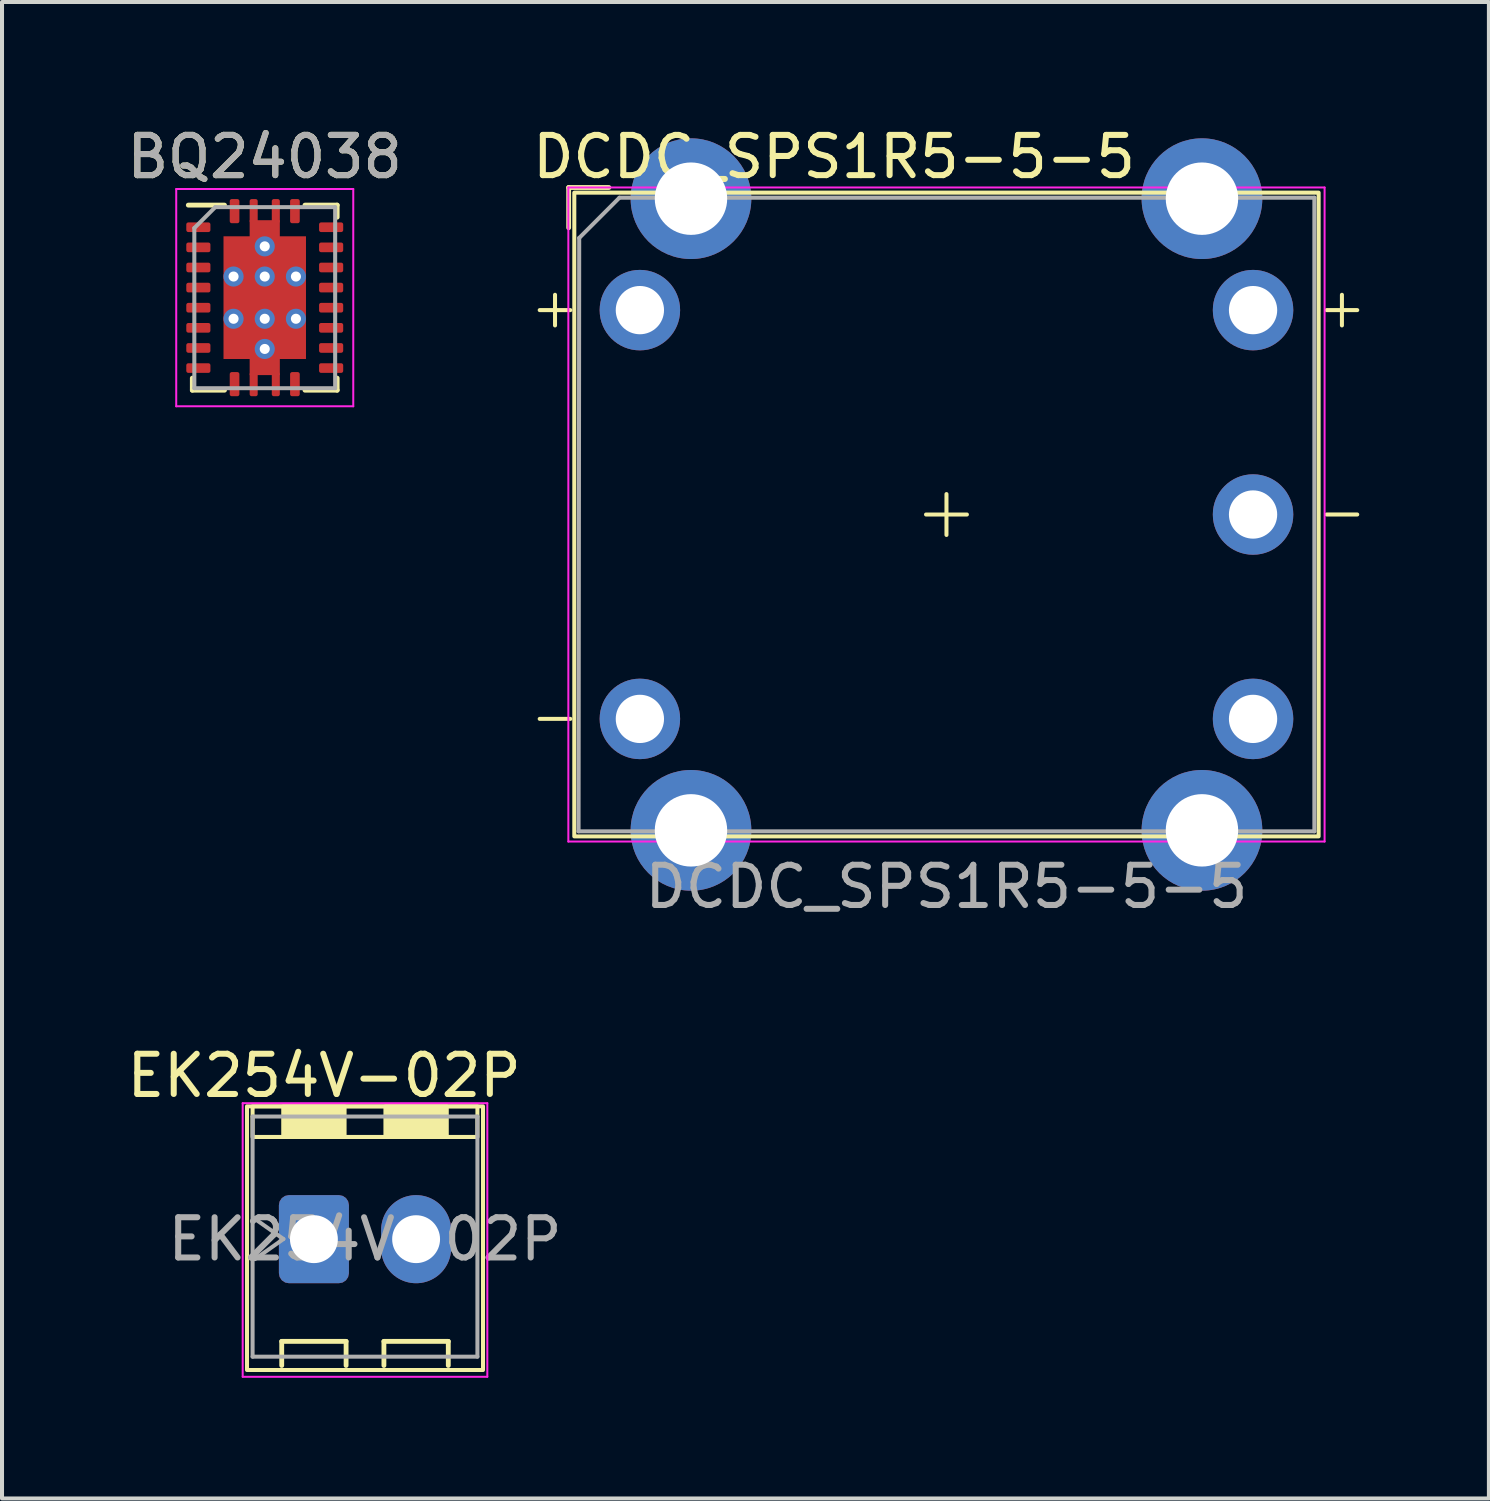
<source format=kicad_pcb>
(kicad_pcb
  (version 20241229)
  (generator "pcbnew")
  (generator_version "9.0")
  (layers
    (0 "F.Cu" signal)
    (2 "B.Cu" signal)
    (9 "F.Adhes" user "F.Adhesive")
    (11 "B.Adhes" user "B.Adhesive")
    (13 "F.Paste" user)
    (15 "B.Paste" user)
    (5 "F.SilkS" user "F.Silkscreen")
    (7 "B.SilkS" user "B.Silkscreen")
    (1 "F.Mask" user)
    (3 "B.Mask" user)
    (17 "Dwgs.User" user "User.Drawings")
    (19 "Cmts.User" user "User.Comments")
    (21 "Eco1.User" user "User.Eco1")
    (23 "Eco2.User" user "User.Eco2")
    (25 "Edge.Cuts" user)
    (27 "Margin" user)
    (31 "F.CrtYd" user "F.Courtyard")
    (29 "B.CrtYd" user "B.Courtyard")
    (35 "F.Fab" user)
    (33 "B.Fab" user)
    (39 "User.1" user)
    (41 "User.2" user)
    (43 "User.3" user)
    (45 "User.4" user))
  (footprint "BQ24038"
    (layer "F.Cu")
    (at 3.53 4.348)
    (property "Reference" "BQ24038" (at 0 -3.5 0) (layer "F.SilkS") (effects (font (size 1 1) (thickness 0.15))))
    (attr smd)
    (fp_line (start -1.9 -2.3) (end -1 -2.3) (stroke (width 0.12) (type solid)) (layer "F.SilkS"))
    (fp_line (start -1.8 2) (end -1.8 2.3) (stroke (width 0.12) (type solid)) (layer "F.SilkS"))
    (fp_line (start -1.8 2.3) (end -1 2.3) (stroke (width 0.12) (type solid)) (layer "F.SilkS"))
    (fp_line (start 1 -2.3) (end 1.8 -2.3) (stroke (width 0.12) (type solid)) (layer "F.SilkS"))
    (fp_line (start 1 2.3) (end 1.8 2.3) (stroke (width 0.12) (type solid)) (layer "F.SilkS"))
    (fp_line (start 1.8 -2.3) (end 1.8 -2) (stroke (width 0.12) (type solid)) (layer "F.SilkS"))
    (fp_line (start 1.8 2) (end 1.8 2.3) (stroke (width 0.12) (type solid)) (layer "F.SilkS"))
    (fp_line (start -2.2 -2.7) (end -2.2 2.7) (stroke (width 0.05) (type solid)) (layer "F.CrtYd"))
    (fp_line (start -2.2 -2.7) (end 2.2 -2.7) (stroke (width 0.05) (type solid)) (layer "F.CrtYd"))
    (fp_line (start -2.2 2.7) (end 2.2 2.7) (stroke (width 0.05) (type solid)) (layer "F.CrtYd"))
    (fp_line (start 2.2 -2.7) (end 2.2 2.7) (stroke (width 0.05) (type solid)) (layer "F.CrtYd"))
    (fp_line (start -1.75 -1.73) (end -1.75 2.25) (stroke (width 0.1) (type solid)) (layer "F.Fab"))
    (fp_line (start -1.75 -1.73) (end -1.23 -2.25) (stroke (width 0.1) (type solid)) (layer "F.Fab"))
    (fp_line (start -1.75 2.25) (end 1.75 2.25) (stroke (width 0.1) (type solid)) (layer "F.Fab"))
    (fp_line (start -1.23 -2.25) (end 1.75 -2.25) (stroke (width 0.1) (type solid)) (layer "F.Fab"))
    (fp_line (start 1.75 -2.25) (end 1.75 2.25) (stroke (width 0.1) (type solid)) (layer "F.Fab"))
    (fp_text user "${REFERENCE}" (at 0 -3.5 0) (layer "F.Fab") (effects (font (size 1 1) (thickness 0.15))))
    (pad "" smd rect (at -0.56 -1.05) (size 0.92 0.85) (layers "F.Paste"))
    (pad "" smd rect (at -0.56 0) (size 0.92 0.85) (layers "F.Paste"))
    (pad "" smd rect (at -0.56 1.05) (size 0.92 0.85) (layers "F.Paste"))
    (pad "" smd rect (at 0 -1.8) (size 0.75 0.25) (layers "F.Paste"))
    (pad "" smd rect (at 0 1.8) (size 0.75 0.25) (layers "F.Paste"))
    (pad "" smd rect (at 0.56 -1.05) (size 0.92 0.85) (layers "F.Paste"))
    (pad "" smd rect (at 0.56 0) (size 0.92 0.85) (layers "F.Paste"))
    (pad "" smd rect (at 0.56 1.05) (size 0.92 0.85) (layers "F.Paste"))
    (pad "1" smd roundrect (at -0.75 -2.15) (size 0.24 0.6) (layers "F.Cu" "F.Mask" "F.Paste") (roundrect_rratio 0.21))
    (pad "2" smd roundrect (at -1.65 -1.75) (size 0.6 0.24) (layers "F.Cu" "F.Mask" "F.Paste") (roundrect_rratio 0.21))
    (pad "3" smd roundrect (at -1.65 -1.25) (size 0.6 0.24) (layers "F.Cu" "F.Mask" "F.Paste") (roundrect_rratio 0.21))
    (pad "4" smd roundrect (at -1.65 -0.75) (size 0.6 0.24) (layers "F.Cu" "F.Mask" "F.Paste") (roundrect_rratio 0.21))
    (pad "5" smd roundrect (at -1.65 -0.25) (size 0.6 0.24) (layers "F.Cu" "F.Mask" "F.Paste") (roundrect_rratio 0.21))
    (pad "6" smd roundrect (at -1.65 0.25) (size 0.6 0.24) (layers "F.Cu" "F.Mask" "F.Paste") (roundrect_rratio 0.21))
    (pad "7" smd roundrect (at -1.65 0.75) (size 0.6 0.24) (layers "F.Cu" "F.Mask" "F.Paste") (roundrect_rratio 0.21))
    (pad "8" smd roundrect (at -1.65 1.25) (size 0.6 0.24) (layers "F.Cu" "F.Mask" "F.Paste") (roundrect_rratio 0.21))
    (pad "9" smd roundrect (at -1.65 1.75) (size 0.6 0.24) (layers "F.Cu" "F.Mask" "F.Paste") (roundrect_rratio 0.21))
    (pad "10" smd roundrect (at -0.75 2.15) (size 0.24 0.6) (layers "F.Cu" "F.Mask" "F.Paste") (roundrect_rratio 0.21))
    (pad "11" smd roundrect (at 0.75 2.15) (size 0.24 0.6) (layers "F.Cu" "F.Mask" "F.Paste") (roundrect_rratio 0.21))
    (pad "12" smd roundrect (at 1.65 1.75) (size 0.6 0.24) (layers "F.Cu" "F.Mask" "F.Paste") (roundrect_rratio 0.21))
    (pad "13" smd roundrect (at 1.65 1.25) (size 0.6 0.24) (layers "F.Cu" "F.Mask" "F.Paste") (roundrect_rratio 0.21))
    (pad "14" smd roundrect (at 1.65 0.75) (size 0.6 0.24) (layers "F.Cu" "F.Mask" "F.Paste") (roundrect_rratio 0.21))
    (pad "15" smd roundrect (at 1.65 0.25) (size 0.6 0.24) (layers "F.Cu" "F.Mask" "F.Paste") (roundrect_rratio 0.21))
    (pad "16" smd roundrect (at 1.65 -0.25) (size 0.6 0.24) (layers "F.Cu" "F.Mask" "F.Paste") (roundrect_rratio 0.21))
    (pad "17" smd roundrect (at 1.65 -0.75) (size 0.6 0.24) (layers "F.Cu" "F.Mask" "F.Paste") (roundrect_rratio 0.21))
    (pad "18" smd roundrect (at 1.65 -1.25) (size 0.6 0.24) (layers "F.Cu" "F.Mask" "F.Paste") (roundrect_rratio 0.21))
    (pad "19" smd roundrect (at 1.65 -1.75) (size 0.6 0.24) (layers "F.Cu" "F.Mask" "F.Paste") (roundrect_rratio 0.21))
    (pad "20" smd roundrect (at 0.75 -2.15) (size 0.24 0.6) (layers "F.Cu" "F.Mask" "F.Paste") (roundrect_rratio 0.21))
    (pad "21" thru_hole circle (at -0.775 -0.525) (size 0.5 0.5) (drill 0.25) (layers "*.Cu"))
    (pad "21" thru_hole circle (at -0.775 0.525) (size 0.5 0.5) (drill 0.25) (layers "*.Cu"))
    (pad "21" smd roundrect (at -0.275 -2.15) (size 0.2 0.6) (layers "F.Cu" "F.Mask" "F.Paste") (roundrect_rratio 0.25))
    (pad "21" smd roundrect (at -0.275 2.15) (size 0.2 0.6) (layers "F.Cu" "F.Mask" "F.Paste") (roundrect_rratio 0.25))
    (pad "21" thru_hole circle (at 0 -1.275) (size 0.5 0.5) (drill 0.25) (layers "*.Cu"))
    (pad "21" thru_hole circle (at 0 -0.525) (size 0.5 0.5) (drill 0.25) (layers "*.Cu"))
    (pad "21" smd custom (at 0 0) (size 1.524 1.524) (layers "F.Cu" "F.Mask") (options (anchor rect)) (primitives (gr_poly (pts (xy 0.375 -1.525) (xy 1.025 -1.525) (xy 1.025 1.525) (xy 0.375 1.525) (xy 0.375 1.925) (xy -0.375 1.925) (xy -0.375 1.525) (xy -1.025 1.525) (xy -1.025 -1.525) (xy -0.375 -1.525) (xy -0.375 -1.925) (xy 0.375 -1.925)) (width 0) (fill yes))))
    (pad "21" thru_hole circle (at 0 0.525) (size 0.5 0.5) (drill 0.25) (layers "*.Cu"))
    (pad "21" thru_hole circle (at 0 1.275) (size 0.5 0.5) (drill 0.25) (layers "*.Cu"))
    (pad "21" smd roundrect (at 0.275 -2.15) (size 0.2 0.6) (layers "F.Cu" "F.Mask" "F.Paste") (roundrect_rratio 0.25))
    (pad "21" smd roundrect (at 0.275 2.15) (size 0.2 0.6) (layers "F.Cu" "F.Mask" "F.Paste") (roundrect_rratio 0.25))
    (pad "21" thru_hole circle (at 0.775 -0.525) (size 0.5 0.5) (drill 0.25) (layers "*.Cu"))
    (pad "21" thru_hole circle (at 0.775 0.525) (size 0.5 0.5) (drill 0.25) (layers "*.Cu")))
  (footprint "EK254V-02P"
    (layer "F.Cu")
    (at 6.022 27.749)
    (property "Reference" "EK254V-02P" (at -1.016 -4.064 0) (layer "F.SilkS") (effects (font (size 1 1) (thickness 0.15))))
    (attr through_hole)
    (fp_line (start -2.07 2.54) (end -2.07 3.14) (stroke (width 0.12) (type solid)) (layer "F.SilkS"))
    (fp_line (start -0.47 2.54) (end -2.07 2.54) (stroke (width 0.12) (type solid)) (layer "F.SilkS"))
    (fp_line (start -0.47 3.14) (end -0.47 2.54) (stroke (width 0.12) (type solid)) (layer "F.SilkS"))
    (fp_line (start 0.47 2.54) (end 0.47 3.14) (stroke (width 0.12) (type solid)) (layer "F.SilkS"))
    (fp_line (start 2.07 2.54) (end 0.47 2.54) (stroke (width 0.12) (type solid)) (layer "F.SilkS"))
    (fp_line (start 2.07 3.14) (end 2.07 2.54) (stroke (width 0.12) (type solid)) (layer "F.SilkS"))
    (fp_rect (start -0.508 -2.54) (end -2.032 -3.302) (stroke (width 0.1) (type solid)) (fill yes) (layer "F.SilkS"))
    (fp_rect (start 2.032 -2.54) (end 0.508 -3.302) (stroke (width 0.1) (type solid)) (fill yes) (layer "F.SilkS"))
    (fp_rect (start 2.794 -2.54) (end -2.794 -3.302) (stroke (width 0.1) (type default)) (fill no) (layer "F.SilkS"))
    (fp_rect (start 2.933 3.252) (end -2.933 -3.302) (stroke (width 0.1) (type default)) (fill no) (layer "F.SilkS"))
    (fp_line (start -3.04 -3.38) (end -3.04 3.42) (stroke (width 0.05) (type solid)) (layer "F.CrtYd"))
    (fp_line (start -3.04 3.42) (end 3.04 3.42) (stroke (width 0.05) (type solid)) (layer "F.CrtYd"))
    (fp_line (start 3.04 -3.38) (end -3.04 -3.38) (stroke (width 0.05) (type solid)) (layer "F.CrtYd"))
    (fp_line (start 3.04 3.42) (end 3.04 -3.38) (stroke (width 0.05) (type solid)) (layer "F.CrtYd"))
    (fp_line (start -2.794 -3.048) (end -2.794 2.92) (stroke (width 0.1) (type solid)) (layer "F.Fab"))
    (fp_line (start -2.794 2.92) (end 2.794 2.92) (stroke (width 0.1) (type solid)) (layer "F.Fab"))
    (fp_line (start -2.736 -0.504) (end -2.028 -0.004) (stroke (width 0.1) (type solid)) (layer "F.Fab"))
    (fp_line (start -2.028 -0.004) (end -2.736 0.496) (stroke (width 0.1) (type solid)) (layer "F.Fab"))
    (fp_line (start 2.794 -3.048) (end -2.794 -3.048) (stroke (width 0.1) (type solid)) (layer "F.Fab"))
    (fp_line (start 2.794 2.92) (end 2.794 -3.048) (stroke (width 0.1) (type solid)) (layer "F.Fab"))
    (fp_text user "${REFERENCE}" (at 0 0 0) (layer "F.Fab") (effects (font (size 1 1) (thickness 0.15))))
    (pad "1" thru_hole roundrect (at -1.27 0 180) (size 1.74 2.19) (drill 1.19) (layers "*.Cu" "*.Mask") (roundrect_rratio 0.144))
    (pad "2" thru_hole oval (at 1.27 0 180) (size 1.74 2.19) (drill 1.19) (layers "*.Cu" "*.Mask")))
  (footprint "DCDC_SPS1R5-5-5"
    (layer "F.Cu")
    (at 20.474 9.738)
    (property "Reference" "DCDC_SPS1R5-5-5" (at -2.794 -8.89 0) (layer "F.SilkS") (effects (font (size 1 1) (thickness 0.15))))
    (attr through_hole)
    (fp_line (start -9.39 -8.128) (end -8.39 -8.128) (stroke (width 0.12) (type solid)) (layer "F.SilkS"))
    (fp_line (start -9.39 -7.128) (end -9.39 -8.128) (stroke (width 0.12) (type solid)) (layer "F.SilkS"))
    (fp_line (start -0.508 0) (end 0.508 0) (stroke (width 0.1) (type default)) (layer "F.SilkS"))
    (fp_line (start 0 -0.508) (end 0 0.508) (stroke (width 0.1) (type default)) (layer "F.SilkS"))
    (fp_rect (start -9.25 -8) (end 9.25 8) (stroke (width 0.1) (type default)) (fill no) (layer "F.SilkS"))
    (fp_line (start -9.398 -8.128) (end 9.398 -8.128) (stroke (width 0.05) (type solid)) (layer "F.CrtYd"))
    (fp_line (start -9.398 8.128) (end -9.398 -8.128) (stroke (width 0.05) (type solid)) (layer "F.CrtYd"))
    (fp_line (start 9.398 -8.128) (end 9.398 8.128) (stroke (width 0.05) (type solid)) (layer "F.CrtYd"))
    (fp_line (start 9.398 8.128) (end -9.398 8.128) (stroke (width 0.05) (type solid)) (layer "F.CrtYd"))
    (fp_line (start -9.144 7.874) (end -9.128 -6.874) (stroke (width 0.1) (type solid)) (layer "F.Fab"))
    (fp_line (start -8.128 -7.874) (end -9.128 -6.874) (stroke (width 0.1) (type solid)) (layer "F.Fab"))
    (fp_line (start -8.128 -7.874) (end 9.144 -7.874) (stroke (width 0.1) (type solid)) (layer "F.Fab"))
    (fp_line (start 9.144 -7.874) (end 9.144 7.874) (stroke (width 0.1) (type solid)) (layer "F.Fab"))
    (fp_line (start 9.144 7.874) (end -9.144 7.874) (stroke (width 0.1) (type solid)) (layer "F.Fab"))
    (fp_text user "-" (at -10.414 5.588 0) (unlocked yes) (layer "F.SilkS") (effects (font (size 1 1) (thickness 0.1)) (justify left bottom)))
    (fp_text user "-" (at 9.144 0.508 0) (unlocked yes) (layer "F.SilkS") (effects (font (size 1 1) (thickness 0.1)) (justify left bottom)))
    (fp_text user "+" (at -10.414 -4.572 0) (unlocked yes) (layer "F.SilkS") (effects (font (size 1 1) (thickness 0.1)) (justify left bottom)))
    (fp_text user "+" (at 9.144 -4.572 0) (unlocked yes) (layer "F.SilkS") (effects (font (size 1 1) (thickness 0.1)) (justify left bottom)))
    (fp_text user "${REFERENCE}" (at 0 9.25 0) (layer "F.Fab") (effects (font (size 1 1) (thickness 0.15))))
    (pad "1" thru_hole circle (at -7.62 -5.08) (size 2 2) (drill 1.2) (layers "*.Cu" "*.Mask"))
    (pad "2" thru_hole circle (at -7.62 5.08) (size 2 2) (drill 1.2) (layers "*.Cu" "*.Mask"))
    (pad "3" thru_hole circle (at 7.62 5.08) (size 2 2) (drill 1.2) (layers "*.Cu" "*.Mask"))
    (pad "4" thru_hole circle (at 7.62 0) (size 2 2) (drill 1.2) (layers "*.Cu" "*.Mask"))
    (pad "5" thru_hole circle (at 7.62 -5.08) (size 2 2) (drill 1.2) (layers "*.Cu" "*.Mask"))
    (pad "SH" thru_hole circle (at -6.35 -7.85) (size 3 3) (drill 1.8) (layers "*.Cu" "*.Mask"))
    (pad "SH" thru_hole circle (at -6.35 7.85) (size 3 3) (drill 1.8) (layers "*.Cu" "*.Mask"))
    (pad "SH" thru_hole circle (at 6.35 -7.85) (size 3 3) (drill 1.8) (layers "*.Cu" "*.Mask"))
    (pad "SH" thru_hole circle (at 6.35 7.85) (size 3 3) (drill 1.8) (layers "*.Cu" "*.Mask"))
    (zone (net_name "") (layer "F.SilkS") (name "KEEPOUT") (hatch edge 0.5) (connect_pads) (min_thickness 0.25) (filled_areas_thickness no) (keepout (tracks not_allowed) (vias not_allowed) (pads not_allowed) (copperpour not_allowed) (footprints not_allowed)) (placement (enabled no)) (fill) (polygon (pts (xy 17.974 2.238) (xy 17.974 17.238) (xy 22.974 17.238) (xy 22.974 2.238)))))
  (gr_rect
    (start -3 -3)
    (end 33.956 34.194)
    (stroke (width 0.1) (type default))
    (fill no)
    (layer "Edge.Cuts")))
</source>
